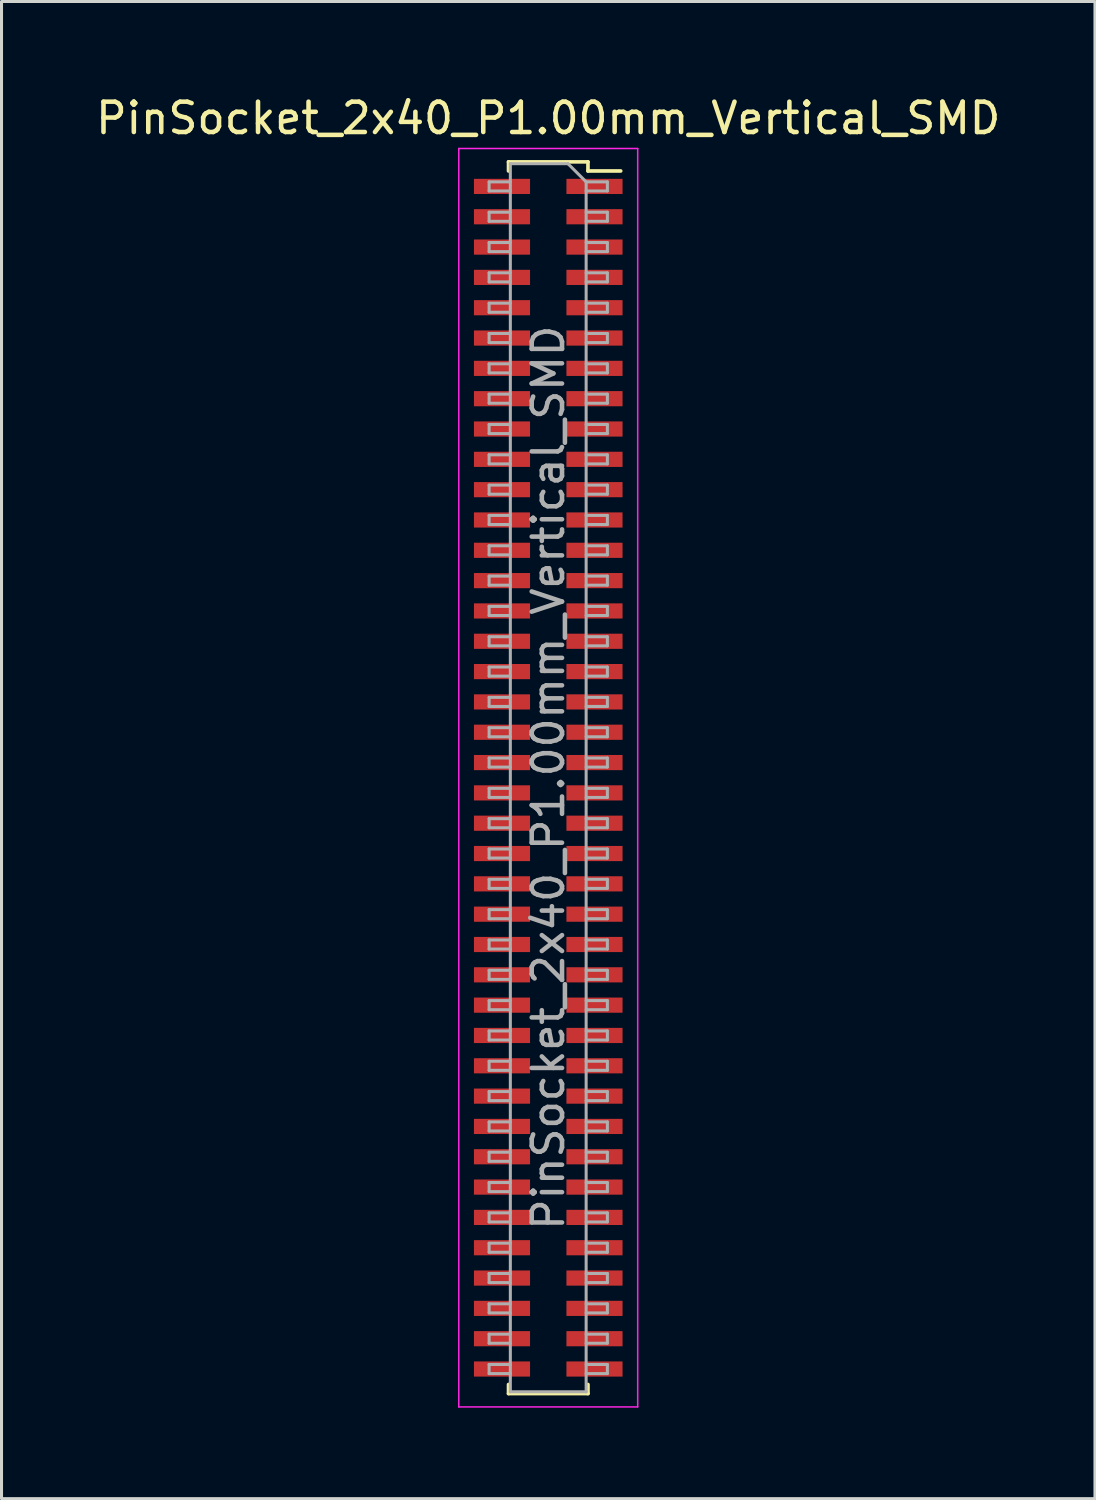
<source format=kicad_pcb>
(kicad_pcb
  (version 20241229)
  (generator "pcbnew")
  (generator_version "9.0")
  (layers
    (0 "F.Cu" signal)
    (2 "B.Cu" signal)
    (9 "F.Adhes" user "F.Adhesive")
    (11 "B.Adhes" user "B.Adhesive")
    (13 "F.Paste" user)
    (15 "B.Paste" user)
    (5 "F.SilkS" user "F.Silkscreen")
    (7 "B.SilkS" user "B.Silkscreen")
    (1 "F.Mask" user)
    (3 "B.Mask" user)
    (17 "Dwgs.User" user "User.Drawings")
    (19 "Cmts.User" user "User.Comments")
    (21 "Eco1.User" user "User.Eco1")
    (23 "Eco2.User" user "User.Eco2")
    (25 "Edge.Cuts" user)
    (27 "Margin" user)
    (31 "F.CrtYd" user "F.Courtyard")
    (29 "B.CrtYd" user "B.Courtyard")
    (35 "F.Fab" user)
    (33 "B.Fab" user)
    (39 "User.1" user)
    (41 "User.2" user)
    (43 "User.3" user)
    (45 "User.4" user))
  (footprint "PinSocket_2x40_P1.00mm_Vertical_SMD"
    (layer "F.Cu")
    (at 15.03 22.598)
    (property "Reference" "PinSocket_2x40_P1.00mm_Vertical_SMD" (at 0 -21.75 0) (layer "F.SilkS") (effects (font (size 1 1) (thickness 0.15))))
    (attr smd)
    (fp_line (start -1.31 -20.31) (end -1.31 -20.01) (stroke (width 0.12) (type solid)) (layer "F.SilkS"))
    (fp_line (start -1.31 -20.31) (end 1.31 -20.31) (stroke (width 0.12) (type solid)) (layer "F.SilkS"))
    (fp_line (start -1.31 20.01) (end -1.31 20.31) (stroke (width 0.12) (type solid)) (layer "F.SilkS"))
    (fp_line (start -1.31 20.31) (end 1.31 20.31) (stroke (width 0.12) (type solid)) (layer "F.SilkS"))
    (fp_line (start 1.31 -20.31) (end 1.31 -20.01) (stroke (width 0.12) (type solid)) (layer "F.SilkS"))
    (fp_line (start 1.31 -20.01) (end 2.39 -20.01) (stroke (width 0.12) (type solid)) (layer "F.SilkS"))
    (fp_line (start 1.31 20.01) (end 1.31 20.31) (stroke (width 0.12) (type solid)) (layer "F.SilkS"))
    (fp_line (start -2.95 -20.75) (end 2.95 -20.75) (stroke (width 0.05) (type solid)) (layer "F.CrtYd"))
    (fp_line (start -2.95 20.75) (end -2.95 -20.75) (stroke (width 0.05) (type solid)) (layer "F.CrtYd"))
    (fp_line (start 2.95 -20.75) (end 2.95 20.75) (stroke (width 0.05) (type solid)) (layer "F.CrtYd"))
    (fp_line (start 2.95 20.75) (end -2.95 20.75) (stroke (width 0.05) (type solid)) (layer "F.CrtYd"))
    (fp_line (start -1.95 -19.65) (end -1.25 -19.65) (stroke (width 0.1) (type solid)) (layer "F.Fab"))
    (fp_line (start -1.95 -19.35) (end -1.95 -19.65) (stroke (width 0.1) (type solid)) (layer "F.Fab"))
    (fp_line (start -1.95 -18.65) (end -1.25 -18.65) (stroke (width 0.1) (type solid)) (layer "F.Fab"))
    (fp_line (start -1.95 -18.35) (end -1.95 -18.65) (stroke (width 0.1) (type solid)) (layer "F.Fab"))
    (fp_line (start -1.95 -17.65) (end -1.25 -17.65) (stroke (width 0.1) (type solid)) (layer "F.Fab"))
    (fp_line (start -1.95 -17.35) (end -1.95 -17.65) (stroke (width 0.1) (type solid)) (layer "F.Fab"))
    (fp_line (start -1.95 -16.65) (end -1.25 -16.65) (stroke (width 0.1) (type solid)) (layer "F.Fab"))
    (fp_line (start -1.95 -16.35) (end -1.95 -16.65) (stroke (width 0.1) (type solid)) (layer "F.Fab"))
    (fp_line (start -1.95 -15.65) (end -1.25 -15.65) (stroke (width 0.1) (type solid)) (layer "F.Fab"))
    (fp_line (start -1.95 -15.35) (end -1.95 -15.65) (stroke (width 0.1) (type solid)) (layer "F.Fab"))
    (fp_line (start -1.95 -14.65) (end -1.25 -14.65) (stroke (width 0.1) (type solid)) (layer "F.Fab"))
    (fp_line (start -1.95 -14.35) (end -1.95 -14.65) (stroke (width 0.1) (type solid)) (layer "F.Fab"))
    (fp_line (start -1.95 -13.65) (end -1.25 -13.65) (stroke (width 0.1) (type solid)) (layer "F.Fab"))
    (fp_line (start -1.95 -13.35) (end -1.95 -13.65) (stroke (width 0.1) (type solid)) (layer "F.Fab"))
    (fp_line (start -1.95 -12.65) (end -1.25 -12.65) (stroke (width 0.1) (type solid)) (layer "F.Fab"))
    (fp_line (start -1.95 -12.35) (end -1.95 -12.65) (stroke (width 0.1) (type solid)) (layer "F.Fab"))
    (fp_line (start -1.95 -11.65) (end -1.25 -11.65) (stroke (width 0.1) (type solid)) (layer "F.Fab"))
    (fp_line (start -1.95 -11.35) (end -1.95 -11.65) (stroke (width 0.1) (type solid)) (layer "F.Fab"))
    (fp_line (start -1.95 -10.65) (end -1.25 -10.65) (stroke (width 0.1) (type solid)) (layer "F.Fab"))
    (fp_line (start -1.95 -10.35) (end -1.95 -10.65) (stroke (width 0.1) (type solid)) (layer "F.Fab"))
    (fp_line (start -1.95 -9.65) (end -1.25 -9.65) (stroke (width 0.1) (type solid)) (layer "F.Fab"))
    (fp_line (start -1.95 -9.35) (end -1.95 -9.65) (stroke (width 0.1) (type solid)) (layer "F.Fab"))
    (fp_line (start -1.95 -8.65) (end -1.25 -8.65) (stroke (width 0.1) (type solid)) (layer "F.Fab"))
    (fp_line (start -1.95 -8.35) (end -1.95 -8.65) (stroke (width 0.1) (type solid)) (layer "F.Fab"))
    (fp_line (start -1.95 -7.65) (end -1.25 -7.65) (stroke (width 0.1) (type solid)) (layer "F.Fab"))
    (fp_line (start -1.95 -7.35) (end -1.95 -7.65) (stroke (width 0.1) (type solid)) (layer "F.Fab"))
    (fp_line (start -1.95 -6.65) (end -1.25 -6.65) (stroke (width 0.1) (type solid)) (layer "F.Fab"))
    (fp_line (start -1.95 -6.35) (end -1.95 -6.65) (stroke (width 0.1) (type solid)) (layer "F.Fab"))
    (fp_line (start -1.95 -5.65) (end -1.25 -5.65) (stroke (width 0.1) (type solid)) (layer "F.Fab"))
    (fp_line (start -1.95 -5.35) (end -1.95 -5.65) (stroke (width 0.1) (type solid)) (layer "F.Fab"))
    (fp_line (start -1.95 -4.65) (end -1.25 -4.65) (stroke (width 0.1) (type solid)) (layer "F.Fab"))
    (fp_line (start -1.95 -4.35) (end -1.95 -4.65) (stroke (width 0.1) (type solid)) (layer "F.Fab"))
    (fp_line (start -1.95 -3.65) (end -1.25 -3.65) (stroke (width 0.1) (type solid)) (layer "F.Fab"))
    (fp_line (start -1.95 -3.35) (end -1.95 -3.65) (stroke (width 0.1) (type solid)) (layer "F.Fab"))
    (fp_line (start -1.95 -2.65) (end -1.25 -2.65) (stroke (width 0.1) (type solid)) (layer "F.Fab"))
    (fp_line (start -1.95 -2.35) (end -1.95 -2.65) (stroke (width 0.1) (type solid)) (layer "F.Fab"))
    (fp_line (start -1.95 -1.65) (end -1.25 -1.65) (stroke (width 0.1) (type solid)) (layer "F.Fab"))
    (fp_line (start -1.95 -1.35) (end -1.95 -1.65) (stroke (width 0.1) (type solid)) (layer "F.Fab"))
    (fp_line (start -1.95 -0.65) (end -1.25 -0.65) (stroke (width 0.1) (type solid)) (layer "F.Fab"))
    (fp_line (start -1.95 -0.35) (end -1.95 -0.65) (stroke (width 0.1) (type solid)) (layer "F.Fab"))
    (fp_line (start -1.95 0.35) (end -1.25 0.35) (stroke (width 0.1) (type solid)) (layer "F.Fab"))
    (fp_line (start -1.95 0.65) (end -1.95 0.35) (stroke (width 0.1) (type solid)) (layer "F.Fab"))
    (fp_line (start -1.95 1.35) (end -1.25 1.35) (stroke (width 0.1) (type solid)) (layer "F.Fab"))
    (fp_line (start -1.95 1.65) (end -1.95 1.35) (stroke (width 0.1) (type solid)) (layer "F.Fab"))
    (fp_line (start -1.95 2.35) (end -1.25 2.35) (stroke (width 0.1) (type solid)) (layer "F.Fab"))
    (fp_line (start -1.95 2.65) (end -1.95 2.35) (stroke (width 0.1) (type solid)) (layer "F.Fab"))
    (fp_line (start -1.95 3.35) (end -1.25 3.35) (stroke (width 0.1) (type solid)) (layer "F.Fab"))
    (fp_line (start -1.95 3.65) (end -1.95 3.35) (stroke (width 0.1) (type solid)) (layer "F.Fab"))
    (fp_line (start -1.95 4.35) (end -1.25 4.35) (stroke (width 0.1) (type solid)) (layer "F.Fab"))
    (fp_line (start -1.95 4.65) (end -1.95 4.35) (stroke (width 0.1) (type solid)) (layer "F.Fab"))
    (fp_line (start -1.95 5.35) (end -1.25 5.35) (stroke (width 0.1) (type solid)) (layer "F.Fab"))
    (fp_line (start -1.95 5.65) (end -1.95 5.35) (stroke (width 0.1) (type solid)) (layer "F.Fab"))
    (fp_line (start -1.95 6.35) (end -1.25 6.35) (stroke (width 0.1) (type solid)) (layer "F.Fab"))
    (fp_line (start -1.95 6.65) (end -1.95 6.35) (stroke (width 0.1) (type solid)) (layer "F.Fab"))
    (fp_line (start -1.95 7.35) (end -1.25 7.35) (stroke (width 0.1) (type solid)) (layer "F.Fab"))
    (fp_line (start -1.95 7.65) (end -1.95 7.35) (stroke (width 0.1) (type solid)) (layer "F.Fab"))
    (fp_line (start -1.95 8.35) (end -1.25 8.35) (stroke (width 0.1) (type solid)) (layer "F.Fab"))
    (fp_line (start -1.95 8.65) (end -1.95 8.35) (stroke (width 0.1) (type solid)) (layer "F.Fab"))
    (fp_line (start -1.95 9.35) (end -1.25 9.35) (stroke (width 0.1) (type solid)) (layer "F.Fab"))
    (fp_line (start -1.95 9.65) (end -1.95 9.35) (stroke (width 0.1) (type solid)) (layer "F.Fab"))
    (fp_line (start -1.95 10.35) (end -1.25 10.35) (stroke (width 0.1) (type solid)) (layer "F.Fab"))
    (fp_line (start -1.95 10.65) (end -1.95 10.35) (stroke (width 0.1) (type solid)) (layer "F.Fab"))
    (fp_line (start -1.95 11.35) (end -1.25 11.35) (stroke (width 0.1) (type solid)) (layer "F.Fab"))
    (fp_line (start -1.95 11.65) (end -1.95 11.35) (stroke (width 0.1) (type solid)) (layer "F.Fab"))
    (fp_line (start -1.95 12.35) (end -1.25 12.35) (stroke (width 0.1) (type solid)) (layer "F.Fab"))
    (fp_line (start -1.95 12.65) (end -1.95 12.35) (stroke (width 0.1) (type solid)) (layer "F.Fab"))
    (fp_line (start -1.95 13.35) (end -1.25 13.35) (stroke (width 0.1) (type solid)) (layer "F.Fab"))
    (fp_line (start -1.95 13.65) (end -1.95 13.35) (stroke (width 0.1) (type solid)) (layer "F.Fab"))
    (fp_line (start -1.95 14.35) (end -1.25 14.35) (stroke (width 0.1) (type solid)) (layer "F.Fab"))
    (fp_line (start -1.95 14.65) (end -1.95 14.35) (stroke (width 0.1) (type solid)) (layer "F.Fab"))
    (fp_line (start -1.95 15.35) (end -1.25 15.35) (stroke (width 0.1) (type solid)) (layer "F.Fab"))
    (fp_line (start -1.95 15.65) (end -1.95 15.35) (stroke (width 0.1) (type solid)) (layer "F.Fab"))
    (fp_line (start -1.95 16.35) (end -1.25 16.35) (stroke (width 0.1) (type solid)) (layer "F.Fab"))
    (fp_line (start -1.95 16.65) (end -1.95 16.35) (stroke (width 0.1) (type solid)) (layer "F.Fab"))
    (fp_line (start -1.95 17.35) (end -1.25 17.35) (stroke (width 0.1) (type solid)) (layer "F.Fab"))
    (fp_line (start -1.95 17.65) (end -1.95 17.35) (stroke (width 0.1) (type solid)) (layer "F.Fab"))
    (fp_line (start -1.95 18.35) (end -1.25 18.35) (stroke (width 0.1) (type solid)) (layer "F.Fab"))
    (fp_line (start -1.95 18.65) (end -1.95 18.35) (stroke (width 0.1) (type solid)) (layer "F.Fab"))
    (fp_line (start -1.95 19.35) (end -1.25 19.35) (stroke (width 0.1) (type solid)) (layer "F.Fab"))
    (fp_line (start -1.95 19.65) (end -1.95 19.35) (stroke (width 0.1) (type solid)) (layer "F.Fab"))
    (fp_line (start -1.25 -20.25) (end 0.65 -20.25) (stroke (width 0.1) (type solid)) (layer "F.Fab"))
    (fp_line (start -1.25 -19.35) (end -1.95 -19.35) (stroke (width 0.1) (type solid)) (layer "F.Fab"))
    (fp_line (start -1.25 -18.35) (end -1.95 -18.35) (stroke (width 0.1) (type solid)) (layer "F.Fab"))
    (fp_line (start -1.25 -17.35) (end -1.95 -17.35) (stroke (width 0.1) (type solid)) (layer "F.Fab"))
    (fp_line (start -1.25 -16.35) (end -1.95 -16.35) (stroke (width 0.1) (type solid)) (layer "F.Fab"))
    (fp_line (start -1.25 -15.35) (end -1.95 -15.35) (stroke (width 0.1) (type solid)) (layer "F.Fab"))
    (fp_line (start -1.25 -14.35) (end -1.95 -14.35) (stroke (width 0.1) (type solid)) (layer "F.Fab"))
    (fp_line (start -1.25 -13.35) (end -1.95 -13.35) (stroke (width 0.1) (type solid)) (layer "F.Fab"))
    (fp_line (start -1.25 -12.35) (end -1.95 -12.35) (stroke (width 0.1) (type solid)) (layer "F.Fab"))
    (fp_line (start -1.25 -11.35) (end -1.95 -11.35) (stroke (width 0.1) (type solid)) (layer "F.Fab"))
    (fp_line (start -1.25 -10.35) (end -1.95 -10.35) (stroke (width 0.1) (type solid)) (layer "F.Fab"))
    (fp_line (start -1.25 -9.35) (end -1.95 -9.35) (stroke (width 0.1) (type solid)) (layer "F.Fab"))
    (fp_line (start -1.25 -8.35) (end -1.95 -8.35) (stroke (width 0.1) (type solid)) (layer "F.Fab"))
    (fp_line (start -1.25 -7.35) (end -1.95 -7.35) (stroke (width 0.1) (type solid)) (layer "F.Fab"))
    (fp_line (start -1.25 -6.35) (end -1.95 -6.35) (stroke (width 0.1) (type solid)) (layer "F.Fab"))
    (fp_line (start -1.25 -5.35) (end -1.95 -5.35) (stroke (width 0.1) (type solid)) (layer "F.Fab"))
    (fp_line (start -1.25 -4.35) (end -1.95 -4.35) (stroke (width 0.1) (type solid)) (layer "F.Fab"))
    (fp_line (start -1.25 -3.35) (end -1.95 -3.35) (stroke (width 0.1) (type solid)) (layer "F.Fab"))
    (fp_line (start -1.25 -2.35) (end -1.95 -2.35) (stroke (width 0.1) (type solid)) (layer "F.Fab"))
    (fp_line (start -1.25 -1.35) (end -1.95 -1.35) (stroke (width 0.1) (type solid)) (layer "F.Fab"))
    (fp_line (start -1.25 -0.35) (end -1.95 -0.35) (stroke (width 0.1) (type solid)) (layer "F.Fab"))
    (fp_line (start -1.25 0.65) (end -1.95 0.65) (stroke (width 0.1) (type solid)) (layer "F.Fab"))
    (fp_line (start -1.25 1.65) (end -1.95 1.65) (stroke (width 0.1) (type solid)) (layer "F.Fab"))
    (fp_line (start -1.25 2.65) (end -1.95 2.65) (stroke (width 0.1) (type solid)) (layer "F.Fab"))
    (fp_line (start -1.25 3.65) (end -1.95 3.65) (stroke (width 0.1) (type solid)) (layer "F.Fab"))
    (fp_line (start -1.25 4.65) (end -1.95 4.65) (stroke (width 0.1) (type solid)) (layer "F.Fab"))
    (fp_line (start -1.25 5.65) (end -1.95 5.65) (stroke (width 0.1) (type solid)) (layer "F.Fab"))
    (fp_line (start -1.25 6.65) (end -1.95 6.65) (stroke (width 0.1) (type solid)) (layer "F.Fab"))
    (fp_line (start -1.25 7.65) (end -1.95 7.65) (stroke (width 0.1) (type solid)) (layer "F.Fab"))
    (fp_line (start -1.25 8.65) (end -1.95 8.65) (stroke (width 0.1) (type solid)) (layer "F.Fab"))
    (fp_line (start -1.25 9.65) (end -1.95 9.65) (stroke (width 0.1) (type solid)) (layer "F.Fab"))
    (fp_line (start -1.25 10.65) (end -1.95 10.65) (stroke (width 0.1) (type solid)) (layer "F.Fab"))
    (fp_line (start -1.25 11.65) (end -1.95 11.65) (stroke (width 0.1) (type solid)) (layer "F.Fab"))
    (fp_line (start -1.25 12.65) (end -1.95 12.65) (stroke (width 0.1) (type solid)) (layer "F.Fab"))
    (fp_line (start -1.25 13.65) (end -1.95 13.65) (stroke (width 0.1) (type solid)) (layer "F.Fab"))
    (fp_line (start -1.25 14.65) (end -1.95 14.65) (stroke (width 0.1) (type solid)) (layer "F.Fab"))
    (fp_line (start -1.25 15.65) (end -1.95 15.65) (stroke (width 0.1) (type solid)) (layer "F.Fab"))
    (fp_line (start -1.25 16.65) (end -1.95 16.65) (stroke (width 0.1) (type solid)) (layer "F.Fab"))
    (fp_line (start -1.25 17.65) (end -1.95 17.65) (stroke (width 0.1) (type solid)) (layer "F.Fab"))
    (fp_line (start -1.25 18.65) (end -1.95 18.65) (stroke (width 0.1) (type solid)) (layer "F.Fab"))
    (fp_line (start -1.25 19.65) (end -1.95 19.65) (stroke (width 0.1) (type solid)) (layer "F.Fab"))
    (fp_line (start -1.25 20.25) (end -1.25 -20.25) (stroke (width 0.1) (type solid)) (layer "F.Fab"))
    (fp_line (start 0.65 -20.25) (end 1.25 -19.65) (stroke (width 0.1) (type solid)) (layer "F.Fab"))
    (fp_line (start 1.25 -19.65) (end 1.25 20.25) (stroke (width 0.1) (type solid)) (layer "F.Fab"))
    (fp_line (start 1.25 -19.65) (end 1.95 -19.65) (stroke (width 0.1) (type solid)) (layer "F.Fab"))
    (fp_line (start 1.25 -18.65) (end 1.95 -18.65) (stroke (width 0.1) (type solid)) (layer "F.Fab"))
    (fp_line (start 1.25 -17.65) (end 1.95 -17.65) (stroke (width 0.1) (type solid)) (layer "F.Fab"))
    (fp_line (start 1.25 -16.65) (end 1.95 -16.65) (stroke (width 0.1) (type solid)) (layer "F.Fab"))
    (fp_line (start 1.25 -15.65) (end 1.95 -15.65) (stroke (width 0.1) (type solid)) (layer "F.Fab"))
    (fp_line (start 1.25 -14.65) (end 1.95 -14.65) (stroke (width 0.1) (type solid)) (layer "F.Fab"))
    (fp_line (start 1.25 -13.65) (end 1.95 -13.65) (stroke (width 0.1) (type solid)) (layer "F.Fab"))
    (fp_line (start 1.25 -12.65) (end 1.95 -12.65) (stroke (width 0.1) (type solid)) (layer "F.Fab"))
    (fp_line (start 1.25 -11.65) (end 1.95 -11.65) (stroke (width 0.1) (type solid)) (layer "F.Fab"))
    (fp_line (start 1.25 -10.65) (end 1.95 -10.65) (stroke (width 0.1) (type solid)) (layer "F.Fab"))
    (fp_line (start 1.25 -9.65) (end 1.95 -9.65) (stroke (width 0.1) (type solid)) (layer "F.Fab"))
    (fp_line (start 1.25 -8.65) (end 1.95 -8.65) (stroke (width 0.1) (type solid)) (layer "F.Fab"))
    (fp_line (start 1.25 -7.65) (end 1.95 -7.65) (stroke (width 0.1) (type solid)) (layer "F.Fab"))
    (fp_line (start 1.25 -6.65) (end 1.95 -6.65) (stroke (width 0.1) (type solid)) (layer "F.Fab"))
    (fp_line (start 1.25 -5.65) (end 1.95 -5.65) (stroke (width 0.1) (type solid)) (layer "F.Fab"))
    (fp_line (start 1.25 -4.65) (end 1.95 -4.65) (stroke (width 0.1) (type solid)) (layer "F.Fab"))
    (fp_line (start 1.25 -3.65) (end 1.95 -3.65) (stroke (width 0.1) (type solid)) (layer "F.Fab"))
    (fp_line (start 1.25 -2.65) (end 1.95 -2.65) (stroke (width 0.1) (type solid)) (layer "F.Fab"))
    (fp_line (start 1.25 -1.65) (end 1.95 -1.65) (stroke (width 0.1) (type solid)) (layer "F.Fab"))
    (fp_line (start 1.25 -0.65) (end 1.95 -0.65) (stroke (width 0.1) (type solid)) (layer "F.Fab"))
    (fp_line (start 1.25 0.35) (end 1.95 0.35) (stroke (width 0.1) (type solid)) (layer "F.Fab"))
    (fp_line (start 1.25 1.35) (end 1.95 1.35) (stroke (width 0.1) (type solid)) (layer "F.Fab"))
    (fp_line (start 1.25 2.35) (end 1.95 2.35) (stroke (width 0.1) (type solid)) (layer "F.Fab"))
    (fp_line (start 1.25 3.35) (end 1.95 3.35) (stroke (width 0.1) (type solid)) (layer "F.Fab"))
    (fp_line (start 1.25 4.35) (end 1.95 4.35) (stroke (width 0.1) (type solid)) (layer "F.Fab"))
    (fp_line (start 1.25 5.35) (end 1.95 5.35) (stroke (width 0.1) (type solid)) (layer "F.Fab"))
    (fp_line (start 1.25 6.35) (end 1.95 6.35) (stroke (width 0.1) (type solid)) (layer "F.Fab"))
    (fp_line (start 1.25 7.35) (end 1.95 7.35) (stroke (width 0.1) (type solid)) (layer "F.Fab"))
    (fp_line (start 1.25 8.35) (end 1.95 8.35) (stroke (width 0.1) (type solid)) (layer "F.Fab"))
    (fp_line (start 1.25 9.35) (end 1.95 9.35) (stroke (width 0.1) (type solid)) (layer "F.Fab"))
    (fp_line (start 1.25 10.35) (end 1.95 10.35) (stroke (width 0.1) (type solid)) (layer "F.Fab"))
    (fp_line (start 1.25 11.35) (end 1.95 11.35) (stroke (width 0.1) (type solid)) (layer "F.Fab"))
    (fp_line (start 1.25 12.35) (end 1.95 12.35) (stroke (width 0.1) (type solid)) (layer "F.Fab"))
    (fp_line (start 1.25 13.35) (end 1.95 13.35) (stroke (width 0.1) (type solid)) (layer "F.Fab"))
    (fp_line (start 1.25 14.35) (end 1.95 14.35) (stroke (width 0.1) (type solid)) (layer "F.Fab"))
    (fp_line (start 1.25 15.35) (end 1.95 15.35) (stroke (width 0.1) (type solid)) (layer "F.Fab"))
    (fp_line (start 1.25 16.35) (end 1.95 16.35) (stroke (width 0.1) (type solid)) (layer "F.Fab"))
    (fp_line (start 1.25 17.35) (end 1.95 17.35) (stroke (width 0.1) (type solid)) (layer "F.Fab"))
    (fp_line (start 1.25 18.35) (end 1.95 18.35) (stroke (width 0.1) (type solid)) (layer "F.Fab"))
    (fp_line (start 1.25 19.35) (end 1.95 19.35) (stroke (width 0.1) (type solid)) (layer "F.Fab"))
    (fp_line (start 1.25 20.25) (end -1.25 20.25) (stroke (width 0.1) (type solid)) (layer "F.Fab"))
    (fp_line (start 1.95 -19.65) (end 1.95 -19.35) (stroke (width 0.1) (type solid)) (layer "F.Fab"))
    (fp_line (start 1.95 -19.35) (end 1.25 -19.35) (stroke (width 0.1) (type solid)) (layer "F.Fab"))
    (fp_line (start 1.95 -18.65) (end 1.95 -18.35) (stroke (width 0.1) (type solid)) (layer "F.Fab"))
    (fp_line (start 1.95 -18.35) (end 1.25 -18.35) (stroke (width 0.1) (type solid)) (layer "F.Fab"))
    (fp_line (start 1.95 -17.65) (end 1.95 -17.35) (stroke (width 0.1) (type solid)) (layer "F.Fab"))
    (fp_line (start 1.95 -17.35) (end 1.25 -17.35) (stroke (width 0.1) (type solid)) (layer "F.Fab"))
    (fp_line (start 1.95 -16.65) (end 1.95 -16.35) (stroke (width 0.1) (type solid)) (layer "F.Fab"))
    (fp_line (start 1.95 -16.35) (end 1.25 -16.35) (stroke (width 0.1) (type solid)) (layer "F.Fab"))
    (fp_line (start 1.95 -15.65) (end 1.95 -15.35) (stroke (width 0.1) (type solid)) (layer "F.Fab"))
    (fp_line (start 1.95 -15.35) (end 1.25 -15.35) (stroke (width 0.1) (type solid)) (layer "F.Fab"))
    (fp_line (start 1.95 -14.65) (end 1.95 -14.35) (stroke (width 0.1) (type solid)) (layer "F.Fab"))
    (fp_line (start 1.95 -14.35) (end 1.25 -14.35) (stroke (width 0.1) (type solid)) (layer "F.Fab"))
    (fp_line (start 1.95 -13.65) (end 1.95 -13.35) (stroke (width 0.1) (type solid)) (layer "F.Fab"))
    (fp_line (start 1.95 -13.35) (end 1.25 -13.35) (stroke (width 0.1) (type solid)) (layer "F.Fab"))
    (fp_line (start 1.95 -12.65) (end 1.95 -12.35) (stroke (width 0.1) (type solid)) (layer "F.Fab"))
    (fp_line (start 1.95 -12.35) (end 1.25 -12.35) (stroke (width 0.1) (type solid)) (layer "F.Fab"))
    (fp_line (start 1.95 -11.65) (end 1.95 -11.35) (stroke (width 0.1) (type solid)) (layer "F.Fab"))
    (fp_line (start 1.95 -11.35) (end 1.25 -11.35) (stroke (width 0.1) (type solid)) (layer "F.Fab"))
    (fp_line (start 1.95 -10.65) (end 1.95 -10.35) (stroke (width 0.1) (type solid)) (layer "F.Fab"))
    (fp_line (start 1.95 -10.35) (end 1.25 -10.35) (stroke (width 0.1) (type solid)) (layer "F.Fab"))
    (fp_line (start 1.95 -9.65) (end 1.95 -9.35) (stroke (width 0.1) (type solid)) (layer "F.Fab"))
    (fp_line (start 1.95 -9.35) (end 1.25 -9.35) (stroke (width 0.1) (type solid)) (layer "F.Fab"))
    (fp_line (start 1.95 -8.65) (end 1.95 -8.35) (stroke (width 0.1) (type solid)) (layer "F.Fab"))
    (fp_line (start 1.95 -8.35) (end 1.25 -8.35) (stroke (width 0.1) (type solid)) (layer "F.Fab"))
    (fp_line (start 1.95 -7.65) (end 1.95 -7.35) (stroke (width 0.1) (type solid)) (layer "F.Fab"))
    (fp_line (start 1.95 -7.35) (end 1.25 -7.35) (stroke (width 0.1) (type solid)) (layer "F.Fab"))
    (fp_line (start 1.95 -6.65) (end 1.95 -6.35) (stroke (width 0.1) (type solid)) (layer "F.Fab"))
    (fp_line (start 1.95 -6.35) (end 1.25 -6.35) (stroke (width 0.1) (type solid)) (layer "F.Fab"))
    (fp_line (start 1.95 -5.65) (end 1.95 -5.35) (stroke (width 0.1) (type solid)) (layer "F.Fab"))
    (fp_line (start 1.95 -5.35) (end 1.25 -5.35) (stroke (width 0.1) (type solid)) (layer "F.Fab"))
    (fp_line (start 1.95 -4.65) (end 1.95 -4.35) (stroke (width 0.1) (type solid)) (layer "F.Fab"))
    (fp_line (start 1.95 -4.35) (end 1.25 -4.35) (stroke (width 0.1) (type solid)) (layer "F.Fab"))
    (fp_line (start 1.95 -3.65) (end 1.95 -3.35) (stroke (width 0.1) (type solid)) (layer "F.Fab"))
    (fp_line (start 1.95 -3.35) (end 1.25 -3.35) (stroke (width 0.1) (type solid)) (layer "F.Fab"))
    (fp_line (start 1.95 -2.65) (end 1.95 -2.35) (stroke (width 0.1) (type solid)) (layer "F.Fab"))
    (fp_line (start 1.95 -2.35) (end 1.25 -2.35) (stroke (width 0.1) (type solid)) (layer "F.Fab"))
    (fp_line (start 1.95 -1.65) (end 1.95 -1.35) (stroke (width 0.1) (type solid)) (layer "F.Fab"))
    (fp_line (start 1.95 -1.35) (end 1.25 -1.35) (stroke (width 0.1) (type solid)) (layer "F.Fab"))
    (fp_line (start 1.95 -0.65) (end 1.95 -0.35) (stroke (width 0.1) (type solid)) (layer "F.Fab"))
    (fp_line (start 1.95 -0.35) (end 1.25 -0.35) (stroke (width 0.1) (type solid)) (layer "F.Fab"))
    (fp_line (start 1.95 0.35) (end 1.95 0.65) (stroke (width 0.1) (type solid)) (layer "F.Fab"))
    (fp_line (start 1.95 0.65) (end 1.25 0.65) (stroke (width 0.1) (type solid)) (layer "F.Fab"))
    (fp_line (start 1.95 1.35) (end 1.95 1.65) (stroke (width 0.1) (type solid)) (layer "F.Fab"))
    (fp_line (start 1.95 1.65) (end 1.25 1.65) (stroke (width 0.1) (type solid)) (layer "F.Fab"))
    (fp_line (start 1.95 2.35) (end 1.95 2.65) (stroke (width 0.1) (type solid)) (layer "F.Fab"))
    (fp_line (start 1.95 2.65) (end 1.25 2.65) (stroke (width 0.1) (type solid)) (layer "F.Fab"))
    (fp_line (start 1.95 3.35) (end 1.95 3.65) (stroke (width 0.1) (type solid)) (layer "F.Fab"))
    (fp_line (start 1.95 3.65) (end 1.25 3.65) (stroke (width 0.1) (type solid)) (layer "F.Fab"))
    (fp_line (start 1.95 4.35) (end 1.95 4.65) (stroke (width 0.1) (type solid)) (layer "F.Fab"))
    (fp_line (start 1.95 4.65) (end 1.25 4.65) (stroke (width 0.1) (type solid)) (layer "F.Fab"))
    (fp_line (start 1.95 5.35) (end 1.95 5.65) (stroke (width 0.1) (type solid)) (layer "F.Fab"))
    (fp_line (start 1.95 5.65) (end 1.25 5.65) (stroke (width 0.1) (type solid)) (layer "F.Fab"))
    (fp_line (start 1.95 6.35) (end 1.95 6.65) (stroke (width 0.1) (type solid)) (layer "F.Fab"))
    (fp_line (start 1.95 6.65) (end 1.25 6.65) (stroke (width 0.1) (type solid)) (layer "F.Fab"))
    (fp_line (start 1.95 7.35) (end 1.95 7.65) (stroke (width 0.1) (type solid)) (layer "F.Fab"))
    (fp_line (start 1.95 7.65) (end 1.25 7.65) (stroke (width 0.1) (type solid)) (layer "F.Fab"))
    (fp_line (start 1.95 8.35) (end 1.95 8.65) (stroke (width 0.1) (type solid)) (layer "F.Fab"))
    (fp_line (start 1.95 8.65) (end 1.25 8.65) (stroke (width 0.1) (type solid)) (layer "F.Fab"))
    (fp_line (start 1.95 9.35) (end 1.95 9.65) (stroke (width 0.1) (type solid)) (layer "F.Fab"))
    (fp_line (start 1.95 9.65) (end 1.25 9.65) (stroke (width 0.1) (type solid)) (layer "F.Fab"))
    (fp_line (start 1.95 10.35) (end 1.95 10.65) (stroke (width 0.1) (type solid)) (layer "F.Fab"))
    (fp_line (start 1.95 10.65) (end 1.25 10.65) (stroke (width 0.1) (type solid)) (layer "F.Fab"))
    (fp_line (start 1.95 11.35) (end 1.95 11.65) (stroke (width 0.1) (type solid)) (layer "F.Fab"))
    (fp_line (start 1.95 11.65) (end 1.25 11.65) (stroke (width 0.1) (type solid)) (layer "F.Fab"))
    (fp_line (start 1.95 12.35) (end 1.95 12.65) (stroke (width 0.1) (type solid)) (layer "F.Fab"))
    (fp_line (start 1.95 12.65) (end 1.25 12.65) (stroke (width 0.1) (type solid)) (layer "F.Fab"))
    (fp_line (start 1.95 13.35) (end 1.95 13.65) (stroke (width 0.1) (type solid)) (layer "F.Fab"))
    (fp_line (start 1.95 13.65) (end 1.25 13.65) (stroke (width 0.1) (type solid)) (layer "F.Fab"))
    (fp_line (start 1.95 14.35) (end 1.95 14.65) (stroke (width 0.1) (type solid)) (layer "F.Fab"))
    (fp_line (start 1.95 14.65) (end 1.25 14.65) (stroke (width 0.1) (type solid)) (layer "F.Fab"))
    (fp_line (start 1.95 15.35) (end 1.95 15.65) (stroke (width 0.1) (type solid)) (layer "F.Fab"))
    (fp_line (start 1.95 15.65) (end 1.25 15.65) (stroke (width 0.1) (type solid)) (layer "F.Fab"))
    (fp_line (start 1.95 16.35) (end 1.95 16.65) (stroke (width 0.1) (type solid)) (layer "F.Fab"))
    (fp_line (start 1.95 16.65) (end 1.25 16.65) (stroke (width 0.1) (type solid)) (layer "F.Fab"))
    (fp_line (start 1.95 17.35) (end 1.95 17.65) (stroke (width 0.1) (type solid)) (layer "F.Fab"))
    (fp_line (start 1.95 17.65) (end 1.25 17.65) (stroke (width 0.1) (type solid)) (layer "F.Fab"))
    (fp_line (start 1.95 18.35) (end 1.95 18.65) (stroke (width 0.1) (type solid)) (layer "F.Fab"))
    (fp_line (start 1.95 18.65) (end 1.25 18.65) (stroke (width 0.1) (type solid)) (layer "F.Fab"))
    (fp_line (start 1.95 19.35) (end 1.95 19.65) (stroke (width 0.1) (type solid)) (layer "F.Fab"))
    (fp_line (start 1.95 19.65) (end 1.25 19.65) (stroke (width 0.1) (type solid)) (layer "F.Fab"))
    (fp_text user "${REFERENCE}" (at 0 0 90) (layer "F.Fab") (effects (font (size 1 1) (thickness 0.15))))
    (pad "1" smd rect (at 1.525 -19.5) (size 1.85 0.5) (layers "F.Cu" "F.Mask" "F.Paste"))
    (pad "2" smd rect (at -1.525 -19.5) (size 1.85 0.5) (layers "F.Cu" "F.Mask" "F.Paste"))
    (pad "3" smd rect (at 1.525 -18.5) (size 1.85 0.5) (layers "F.Cu" "F.Mask" "F.Paste"))
    (pad "4" smd rect (at -1.525 -18.5) (size 1.85 0.5) (layers "F.Cu" "F.Mask" "F.Paste"))
    (pad "5" smd rect (at 1.525 -17.5) (size 1.85 0.5) (layers "F.Cu" "F.Mask" "F.Paste"))
    (pad "6" smd rect (at -1.525 -17.5) (size 1.85 0.5) (layers "F.Cu" "F.Mask" "F.Paste"))
    (pad "7" smd rect (at 1.525 -16.5) (size 1.85 0.5) (layers "F.Cu" "F.Mask" "F.Paste"))
    (pad "8" smd rect (at -1.525 -16.5) (size 1.85 0.5) (layers "F.Cu" "F.Mask" "F.Paste"))
    (pad "9" smd rect (at 1.525 -15.5) (size 1.85 0.5) (layers "F.Cu" "F.Mask" "F.Paste"))
    (pad "10" smd rect (at -1.525 -15.5) (size 1.85 0.5) (layers "F.Cu" "F.Mask" "F.Paste"))
    (pad "11" smd rect (at 1.525 -14.5) (size 1.85 0.5) (layers "F.Cu" "F.Mask" "F.Paste"))
    (pad "12" smd rect (at -1.525 -14.5) (size 1.85 0.5) (layers "F.Cu" "F.Mask" "F.Paste"))
    (pad "13" smd rect (at 1.525 -13.5) (size 1.85 0.5) (layers "F.Cu" "F.Mask" "F.Paste"))
    (pad "14" smd rect (at -1.525 -13.5) (size 1.85 0.5) (layers "F.Cu" "F.Mask" "F.Paste"))
    (pad "15" smd rect (at 1.525 -12.5) (size 1.85 0.5) (layers "F.Cu" "F.Mask" "F.Paste"))
    (pad "16" smd rect (at -1.525 -12.5) (size 1.85 0.5) (layers "F.Cu" "F.Mask" "F.Paste"))
    (pad "17" smd rect (at 1.525 -11.5) (size 1.85 0.5) (layers "F.Cu" "F.Mask" "F.Paste"))
    (pad "18" smd rect (at -1.525 -11.5) (size 1.85 0.5) (layers "F.Cu" "F.Mask" "F.Paste"))
    (pad "19" smd rect (at 1.525 -10.5) (size 1.85 0.5) (layers "F.Cu" "F.Mask" "F.Paste"))
    (pad "20" smd rect (at -1.525 -10.5) (size 1.85 0.5) (layers "F.Cu" "F.Mask" "F.Paste"))
    (pad "21" smd rect (at 1.525 -9.5) (size 1.85 0.5) (layers "F.Cu" "F.Mask" "F.Paste"))
    (pad "22" smd rect (at -1.525 -9.5) (size 1.85 0.5) (layers "F.Cu" "F.Mask" "F.Paste"))
    (pad "23" smd rect (at 1.525 -8.5) (size 1.85 0.5) (layers "F.Cu" "F.Mask" "F.Paste"))
    (pad "24" smd rect (at -1.525 -8.5) (size 1.85 0.5) (layers "F.Cu" "F.Mask" "F.Paste"))
    (pad "25" smd rect (at 1.525 -7.5) (size 1.85 0.5) (layers "F.Cu" "F.Mask" "F.Paste"))
    (pad "26" smd rect (at -1.525 -7.5) (size 1.85 0.5) (layers "F.Cu" "F.Mask" "F.Paste"))
    (pad "27" smd rect (at 1.525 -6.5) (size 1.85 0.5) (layers "F.Cu" "F.Mask" "F.Paste"))
    (pad "28" smd rect (at -1.525 -6.5) (size 1.85 0.5) (layers "F.Cu" "F.Mask" "F.Paste"))
    (pad "29" smd rect (at 1.525 -5.5) (size 1.85 0.5) (layers "F.Cu" "F.Mask" "F.Paste"))
    (pad "30" smd rect (at -1.525 -5.5) (size 1.85 0.5) (layers "F.Cu" "F.Mask" "F.Paste"))
    (pad "31" smd rect (at 1.525 -4.5) (size 1.85 0.5) (layers "F.Cu" "F.Mask" "F.Paste"))
    (pad "32" smd rect (at -1.525 -4.5) (size 1.85 0.5) (layers "F.Cu" "F.Mask" "F.Paste"))
    (pad "33" smd rect (at 1.525 -3.5) (size 1.85 0.5) (layers "F.Cu" "F.Mask" "F.Paste"))
    (pad "34" smd rect (at -1.525 -3.5) (size 1.85 0.5) (layers "F.Cu" "F.Mask" "F.Paste"))
    (pad "35" smd rect (at 1.525 -2.5) (size 1.85 0.5) (layers "F.Cu" "F.Mask" "F.Paste"))
    (pad "36" smd rect (at -1.525 -2.5) (size 1.85 0.5) (layers "F.Cu" "F.Mask" "F.Paste"))
    (pad "37" smd rect (at 1.525 -1.5) (size 1.85 0.5) (layers "F.Cu" "F.Mask" "F.Paste"))
    (pad "38" smd rect (at -1.525 -1.5) (size 1.85 0.5) (layers "F.Cu" "F.Mask" "F.Paste"))
    (pad "39" smd rect (at 1.525 -0.5) (size 1.85 0.5) (layers "F.Cu" "F.Mask" "F.Paste"))
    (pad "40" smd rect (at -1.525 -0.5) (size 1.85 0.5) (layers "F.Cu" "F.Mask" "F.Paste"))
    (pad "41" smd rect (at 1.525 0.5) (size 1.85 0.5) (layers "F.Cu" "F.Mask" "F.Paste"))
    (pad "42" smd rect (at -1.525 0.5) (size 1.85 0.5) (layers "F.Cu" "F.Mask" "F.Paste"))
    (pad "43" smd rect (at 1.525 1.5) (size 1.85 0.5) (layers "F.Cu" "F.Mask" "F.Paste"))
    (pad "44" smd rect (at -1.525 1.5) (size 1.85 0.5) (layers "F.Cu" "F.Mask" "F.Paste"))
    (pad "45" smd rect (at 1.525 2.5) (size 1.85 0.5) (layers "F.Cu" "F.Mask" "F.Paste"))
    (pad "46" smd rect (at -1.525 2.5) (size 1.85 0.5) (layers "F.Cu" "F.Mask" "F.Paste"))
    (pad "47" smd rect (at 1.525 3.5) (size 1.85 0.5) (layers "F.Cu" "F.Mask" "F.Paste"))
    (pad "48" smd rect (at -1.525 3.5) (size 1.85 0.5) (layers "F.Cu" "F.Mask" "F.Paste"))
    (pad "49" smd rect (at 1.525 4.5) (size 1.85 0.5) (layers "F.Cu" "F.Mask" "F.Paste"))
    (pad "50" smd rect (at -1.525 4.5) (size 1.85 0.5) (layers "F.Cu" "F.Mask" "F.Paste"))
    (pad "51" smd rect (at 1.525 5.5) (size 1.85 0.5) (layers "F.Cu" "F.Mask" "F.Paste"))
    (pad "52" smd rect (at -1.525 5.5) (size 1.85 0.5) (layers "F.Cu" "F.Mask" "F.Paste"))
    (pad "53" smd rect (at 1.525 6.5) (size 1.85 0.5) (layers "F.Cu" "F.Mask" "F.Paste"))
    (pad "54" smd rect (at -1.525 6.5) (size 1.85 0.5) (layers "F.Cu" "F.Mask" "F.Paste"))
    (pad "55" smd rect (at 1.525 7.5) (size 1.85 0.5) (layers "F.Cu" "F.Mask" "F.Paste"))
    (pad "56" smd rect (at -1.525 7.5) (size 1.85 0.5) (layers "F.Cu" "F.Mask" "F.Paste"))
    (pad "57" smd rect (at 1.525 8.5) (size 1.85 0.5) (layers "F.Cu" "F.Mask" "F.Paste"))
    (pad "58" smd rect (at -1.525 8.5) (size 1.85 0.5) (layers "F.Cu" "F.Mask" "F.Paste"))
    (pad "59" smd rect (at 1.525 9.5) (size 1.85 0.5) (layers "F.Cu" "F.Mask" "F.Paste"))
    (pad "60" smd rect (at -1.525 9.5) (size 1.85 0.5) (layers "F.Cu" "F.Mask" "F.Paste"))
    (pad "61" smd rect (at 1.525 10.5) (size 1.85 0.5) (layers "F.Cu" "F.Mask" "F.Paste"))
    (pad "62" smd rect (at -1.525 10.5) (size 1.85 0.5) (layers "F.Cu" "F.Mask" "F.Paste"))
    (pad "63" smd rect (at 1.525 11.5) (size 1.85 0.5) (layers "F.Cu" "F.Mask" "F.Paste"))
    (pad "64" smd rect (at -1.525 11.5) (size 1.85 0.5) (layers "F.Cu" "F.Mask" "F.Paste"))
    (pad "65" smd rect (at 1.525 12.5) (size 1.85 0.5) (layers "F.Cu" "F.Mask" "F.Paste"))
    (pad "66" smd rect (at -1.525 12.5) (size 1.85 0.5) (layers "F.Cu" "F.Mask" "F.Paste"))
    (pad "67" smd rect (at 1.525 13.5) (size 1.85 0.5) (layers "F.Cu" "F.Mask" "F.Paste"))
    (pad "68" smd rect (at -1.525 13.5) (size 1.85 0.5) (layers "F.Cu" "F.Mask" "F.Paste"))
    (pad "69" smd rect (at 1.525 14.5) (size 1.85 0.5) (layers "F.Cu" "F.Mask" "F.Paste"))
    (pad "70" smd rect (at -1.525 14.5) (size 1.85 0.5) (layers "F.Cu" "F.Mask" "F.Paste"))
    (pad "71" smd rect (at 1.525 15.5) (size 1.85 0.5) (layers "F.Cu" "F.Mask" "F.Paste"))
    (pad "72" smd rect (at -1.525 15.5) (size 1.85 0.5) (layers "F.Cu" "F.Mask" "F.Paste"))
    (pad "73" smd rect (at 1.525 16.5) (size 1.85 0.5) (layers "F.Cu" "F.Mask" "F.Paste"))
    (pad "74" smd rect (at -1.525 16.5) (size 1.85 0.5) (layers "F.Cu" "F.Mask" "F.Paste"))
    (pad "75" smd rect (at 1.525 17.5) (size 1.85 0.5) (layers "F.Cu" "F.Mask" "F.Paste"))
    (pad "76" smd rect (at -1.525 17.5) (size 1.85 0.5) (layers "F.Cu" "F.Mask" "F.Paste"))
    (pad "77" smd rect (at 1.525 18.5) (size 1.85 0.5) (layers "F.Cu" "F.Mask" "F.Paste"))
    (pad "78" smd rect (at -1.525 18.5) (size 1.85 0.5) (layers "F.Cu" "F.Mask" "F.Paste"))
    (pad "79" smd rect (at 1.525 19.5) (size 1.85 0.5) (layers "F.Cu" "F.Mask" "F.Paste"))
    (pad "80" smd rect (at -1.525 19.5) (size 1.85 0.5) (layers "F.Cu" "F.Mask" "F.Paste")))
  (gr_rect
    (start -3 -3)
    (end 33.06 46.373)
    (stroke (width 0.1) (type default))
    (fill no)
    (layer "Edge.Cuts")))
</source>
